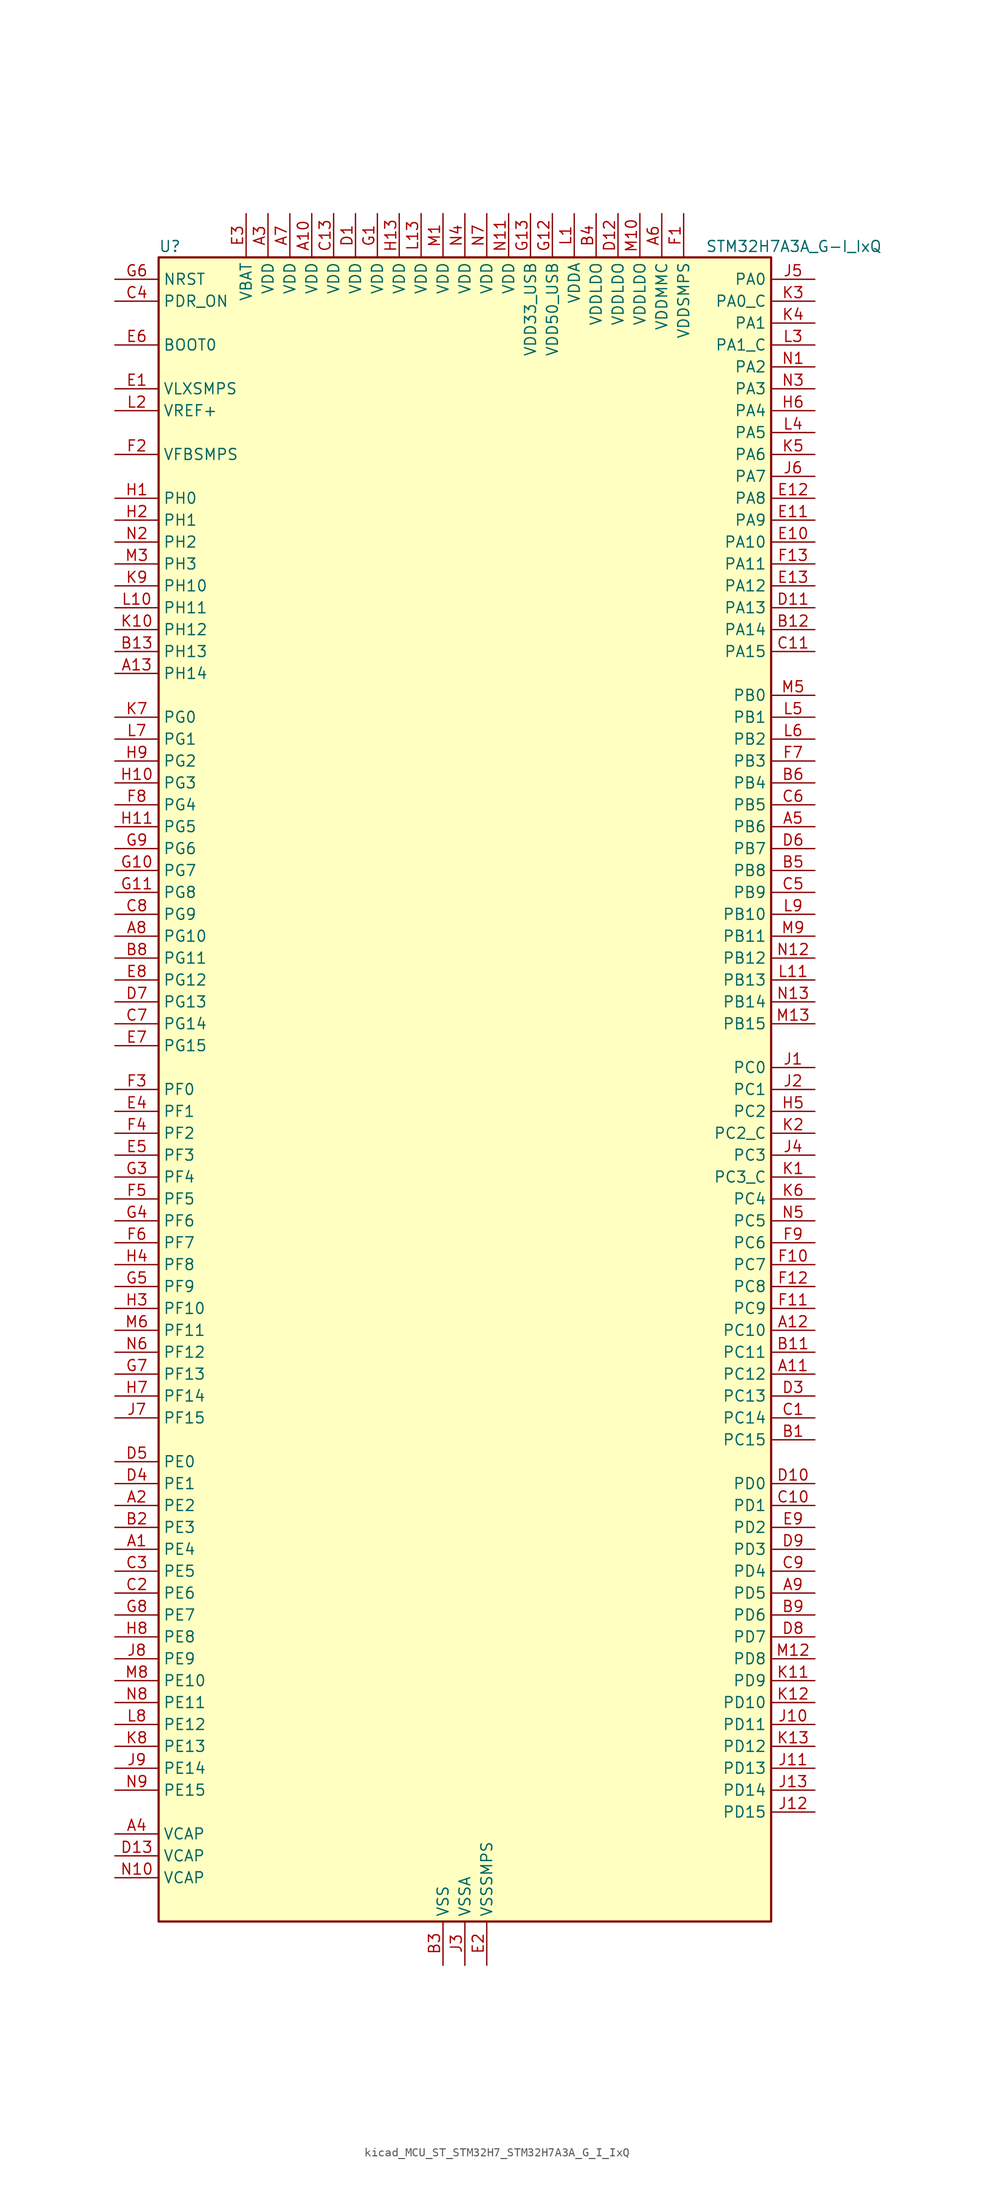
<source format=kicad_sym>
(kicad_symbol_lib
  (version 20220914)
  (generator kicad_symbol_editor)
  (symbol "kicad_MCU_ST_STM32H7_STM32H7A3A_G_I_IxQ"
    (property "Reference" "U"
      (at -35.56 97.79 0)
      (effects (font (size 1.27 1.27)) (justify left)))
    (property "Value" "STM32H7A3A_G-I_IxQ"
      (at 27.94 97.79 0)
      (effects (font (size 1.27 1.27)) (justify left)))
    (property "ki_locked" ""
      (at 0 0 0)
      (effects (font (size 1.27 1.27))))
    (symbol "kicad_MCU_ST_STM32H7_STM32H7A3A_G_I_IxQ_0_1"
      (rectangle (start -35.56 -96.52) (end 35.56 96.52) (stroke (width 0.254) (type default)) (fill (type background))))
    (symbol "kicad_MCU_ST_STM32H7_STM32H7A3A_G_I_IxQ_1_1"
      (pin bidirectional line (at -40.64 -53.34 0) (length 5.08) (name "PE4" (effects (font (size 1.27 1.27)))) (number "A1" (effects (font (size 1.27 1.27)))) (alternate "DCMI_D4" bidirectional line) (alternate "DEBUG_TRACED1" bidirectional line) (alternate "DFSDM1_DATIN3" bidirectional line) (alternate "FMC_A20" bidirectional line) (alternate "LTDC_B0" bidirectional line) (alternate "PSSI_D4" bidirectional line) (alternate "SAI1_D2" bidirectional line) (alternate "SAI1_FS_A" bidirectional line) (alternate "SPI4_NSS" bidirectional line) (alternate "TIM15_CH1N" bidirectional line))
      (pin power_in line (at -17.78 101.6 270) (length 5.08) (name "VDD" (effects (font (size 1.27 1.27)))) (number "A10" (effects (font (size 1.27 1.27)))))
      (pin bidirectional line (at 40.64 -33.02 180) (length 5.08) (name "PC12" (effects (font (size 1.27 1.27)))) (number "A11" (effects (font (size 1.27 1.27)))) (alternate "DCMI_D9" bidirectional line) (alternate "DEBUG_TRACED3" bidirectional line) (alternate "DFSDM2_CKOUT" bidirectional line) (alternate "I2S3_SDO" bidirectional line) (alternate "I2S6_CK" bidirectional line) (alternate "LTDC_R6" bidirectional line) (alternate "PSSI_D9" bidirectional line) (alternate "SDMMC1_CK" bidirectional line) (alternate "SPI3_MOSI" bidirectional line) (alternate "SPI6_SCK" bidirectional line) (alternate "TIM15_CH1" bidirectional line) (alternate "UART5_TX" bidirectional line) (alternate "USART3_CK" bidirectional line))
      (pin bidirectional line (at 40.64 -27.94 180) (length 5.08) (name "PC10" (effects (font (size 1.27 1.27)))) (number "A12" (effects (font (size 1.27 1.27)))) (alternate "DCMI_D8" bidirectional line) (alternate "DFSDM1_CKIN5" bidirectional line) (alternate "DFSDM2_CKIN0" bidirectional line) (alternate "I2S3_CK" bidirectional line) (alternate "LTDC_B1" bidirectional line) (alternate "LTDC_R2" bidirectional line) (alternate "OCTOSPIM_P1_IO1" bidirectional line) (alternate "PSSI_D8" bidirectional line) (alternate "SDMMC1_D2" bidirectional line) (alternate "SPI3_SCK" bidirectional line) (alternate "SWPMI1_RX" bidirectional line) (alternate "UART4_TX" bidirectional line) (alternate "USART3_TX" bidirectional line))
      (pin bidirectional line (at -40.64 48.26 0) (length 5.08) (name "PH14" (effects (font (size 1.27 1.27)))) (number "A13" (effects (font (size 1.27 1.27)))) (alternate "DCMI_D4" bidirectional line) (alternate "FDCAN1_RX" bidirectional line) (alternate "FMC_D22" bidirectional line) (alternate "LTDC_G3" bidirectional line) (alternate "PSSI_D4" bidirectional line) (alternate "TIM8_CH2N" bidirectional line) (alternate "UART4_RX" bidirectional line))
      (pin bidirectional line (at -40.64 -48.26 0) (length 5.08) (name "PE2" (effects (font (size 1.27 1.27)))) (number "A2" (effects (font (size 1.27 1.27)))) (alternate "DEBUG_TRACECLK" bidirectional line) (alternate "FMC_A23" bidirectional line) (alternate "OCTOSPIM_P1_IO2" bidirectional line) (alternate "SAI1_CK1" bidirectional line) (alternate "SAI1_MCLK_A" bidirectional line) (alternate "SPI4_SCK" bidirectional line) (alternate "USART10_RX" bidirectional line))
      (pin power_in line (at -22.86 101.6 270) (length 5.08) (name "VDD" (effects (font (size 1.27 1.27)))) (number "A3" (effects (font (size 1.27 1.27)))))
      (pin power_out line (at -40.64 -86.36 0) (length 5.08) (name "VCAP" (effects (font (size 1.27 1.27)))) (number "A4" (effects (font (size 1.27 1.27)))))
      (pin bidirectional line (at 40.64 30.48 180) (length 5.08) (name "PB6" (effects (font (size 1.27 1.27)))) (number "A5" (effects (font (size 1.27 1.27)))) (alternate "CEC" bidirectional line) (alternate "DCMI_D5" bidirectional line) (alternate "DFSDM1_DATIN5" bidirectional line) (alternate "FDCAN2_TX" bidirectional line) (alternate "FMC_SDNE1" bidirectional line) (alternate "I2C1_SCL" bidirectional line) (alternate "I2C4_SCL" bidirectional line) (alternate "LPUART1_TX" bidirectional line) (alternate "OCTOSPIM_P1_NCS" bidirectional line) (alternate "PSSI_D5" bidirectional line) (alternate "TIM16_CH1N" bidirectional line) (alternate "TIM4_CH1" bidirectional line) (alternate "UART5_TX" bidirectional line) (alternate "USART1_TX" bidirectional line))
      (pin power_in line (at 22.86 101.6 270) (length 5.08) (name "VDDMMC" (effects (font (size 1.27 1.27)))) (number "A6" (effects (font (size 1.27 1.27)))))
      (pin power_in line (at -20.32 101.6 270) (length 5.08) (name "VDD" (effects (font (size 1.27 1.27)))) (number "A7" (effects (font (size 1.27 1.27)))))
      (pin bidirectional line (at -40.64 17.78 0) (length 5.08) (name "PG10" (effects (font (size 1.27 1.27)))) (number "A8" (effects (font (size 1.27 1.27)))) (alternate "DCMI_D2" bidirectional line) (alternate "FMC_NE3" bidirectional line) (alternate "I2S1_WS" bidirectional line) (alternate "LTDC_B2" bidirectional line) (alternate "LTDC_G3" bidirectional line) (alternate "OCTOSPIM_P2_IO6" bidirectional line) (alternate "PSSI_D2" bidirectional line) (alternate "SAI2_SD_B" bidirectional line) (alternate "SDMMC2_D1" bidirectional line) (alternate "SPI1_NSS" bidirectional line))
      (pin bidirectional line (at 40.64 -58.42 180) (length 5.08) (name "PD5" (effects (font (size 1.27 1.27)))) (number "A9" (effects (font (size 1.27 1.27)))) (alternate "FMC_NWE" bidirectional line) (alternate "OCTOSPIM_P1_IO5" bidirectional line) (alternate "USART2_TX" bidirectional line))
      (pin bidirectional line (at 40.64 -40.64 180) (length 5.08) (name "PC15" (effects (font (size 1.27 1.27)))) (number "B1" (effects (font (size 1.27 1.27)))) (alternate "ADC1_EXTI15" bidirectional line) (alternate "ADC2_EXTI15" bidirectional line) (alternate "RCC_OSC32_OUT" bidirectional line))
      (pin passive line (at -2.54 -101.6 90) (length 5.08) hide (name "VSS" (effects (font (size 1.27 1.27)))) (number "B10" (effects (font (size 1.27 1.27)))))
      (pin bidirectional line (at 40.64 -30.48 180) (length 5.08) (name "PC11" (effects (font (size 1.27 1.27)))) (number "B11" (effects (font (size 1.27 1.27)))) (alternate "ADC1_EXTI11" bidirectional line) (alternate "ADC2_EXTI11" bidirectional line) (alternate "DCMI_D4" bidirectional line) (alternate "DFSDM1_DATIN5" bidirectional line) (alternate "DFSDM2_DATIN0" bidirectional line) (alternate "I2S3_SDI" bidirectional line) (alternate "LTDC_B4" bidirectional line) (alternate "OCTOSPIM_P1_NCS" bidirectional line) (alternate "PSSI_D4" bidirectional line) (alternate "SDMMC1_D3" bidirectional line) (alternate "SPI3_MISO" bidirectional line) (alternate "UART4_RX" bidirectional line) (alternate "USART3_RX" bidirectional line))
      (pin bidirectional line (at 40.64 53.34 180) (length 5.08) (name "PA14" (effects (font (size 1.27 1.27)))) (number "B12" (effects (font (size 1.27 1.27)))) (alternate "DEBUG_JTCK-SWCLK" bidirectional line))
      (pin bidirectional line (at -40.64 50.8 0) (length 5.08) (name "PH13" (effects (font (size 1.27 1.27)))) (number "B13" (effects (font (size 1.27 1.27)))) (alternate "FDCAN1_TX" bidirectional line) (alternate "FMC_D21" bidirectional line) (alternate "LTDC_G2" bidirectional line) (alternate "TIM8_CH1N" bidirectional line) (alternate "UART4_TX" bidirectional line))
      (pin bidirectional line (at -40.64 -50.8 0) (length 5.08) (name "PE3" (effects (font (size 1.27 1.27)))) (number "B2" (effects (font (size 1.27 1.27)))) (alternate "DEBUG_TRACED0" bidirectional line) (alternate "FMC_A19" bidirectional line) (alternate "SAI1_SD_B" bidirectional line) (alternate "TIM15_BKIN" bidirectional line) (alternate "USART10_TX" bidirectional line))
      (pin power_in line (at -2.54 -101.6 90) (length 5.08) (name "VSS" (effects (font (size 1.27 1.27)))) (number "B3" (effects (font (size 1.27 1.27)))))
      (pin power_in line (at 15.24 101.6 270) (length 5.08) (name "VDDLDO" (effects (font (size 1.27 1.27)))) (number "B4" (effects (font (size 1.27 1.27)))))
      (pin bidirectional line (at 40.64 25.4 180) (length 5.08) (name "PB8" (effects (font (size 1.27 1.27)))) (number "B5" (effects (font (size 1.27 1.27)))) (alternate "DCMI_D6" bidirectional line) (alternate "DFSDM1_CKIN7" bidirectional line) (alternate "FDCAN1_RX" bidirectional line) (alternate "I2C1_SCL" bidirectional line) (alternate "I2C4_SCL" bidirectional line) (alternate "LTDC_B6" bidirectional line) (alternate "PSSI_D6" bidirectional line) (alternate "SDMMC1_CKIN" bidirectional line) (alternate "SDMMC1_D4" bidirectional line) (alternate "SDMMC2_D4" bidirectional line) (alternate "TIM16_CH1" bidirectional line) (alternate "TIM4_CH3" bidirectional line) (alternate "UART4_RX" bidirectional line))
      (pin bidirectional line (at 40.64 35.56 180) (length 5.08) (name "PB4" (effects (font (size 1.27 1.27)))) (number "B6" (effects (font (size 1.27 1.27)))) (alternate "DEBUG_JTRST" bidirectional line) (alternate "I2S1_SDI" bidirectional line) (alternate "I2S2_WS" bidirectional line) (alternate "I2S3_SDI" bidirectional line) (alternate "I2S6_SDI" bidirectional line) (alternate "SDMMC2_D3" bidirectional line) (alternate "SPI1_MISO" bidirectional line) (alternate "SPI2_NSS" bidirectional line) (alternate "SPI3_MISO" bidirectional line) (alternate "SPI6_MISO" bidirectional line) (alternate "TIM16_BKIN" bidirectional line) (alternate "TIM3_CH1" bidirectional line) (alternate "UART7_TX" bidirectional line))
      (pin passive line (at -2.54 -101.6 90) (length 5.08) hide (name "VSS" (effects (font (size 1.27 1.27)))) (number "B7" (effects (font (size 1.27 1.27)))))
      (pin bidirectional line (at -40.64 15.24 0) (length 5.08) (name "PG11" (effects (font (size 1.27 1.27)))) (number "B8" (effects (font (size 1.27 1.27)))) (alternate "ADC1_EXTI11" bidirectional line) (alternate "ADC2_EXTI11" bidirectional line) (alternate "DCMI_D3" bidirectional line) (alternate "I2S1_CK" bidirectional line) (alternate "LPTIM1_IN2" bidirectional line) (alternate "LTDC_B3" bidirectional line) (alternate "OCTOSPIM_P2_IO7" bidirectional line) (alternate "PSSI_D3" bidirectional line) (alternate "SDMMC2_D2" bidirectional line) (alternate "SPDIFRX_IN0" bidirectional line) (alternate "SPI1_SCK" bidirectional line) (alternate "USART10_RX" bidirectional line))
      (pin bidirectional line (at 40.64 -60.96 180) (length 5.08) (name "PD6" (effects (font (size 1.27 1.27)))) (number "B9" (effects (font (size 1.27 1.27)))) (alternate "DCMI_D10" bidirectional line) (alternate "DFSDM1_CKIN4" bidirectional line) (alternate "DFSDM1_DATIN1" bidirectional line) (alternate "FMC_NWAIT" bidirectional line) (alternate "I2S3_SDO" bidirectional line) (alternate "LTDC_B2" bidirectional line) (alternate "OCTOSPIM_P1_IO6" bidirectional line) (alternate "PSSI_D10" bidirectional line) (alternate "SAI1_D1" bidirectional line) (alternate "SAI1_SD_A" bidirectional line) (alternate "SDMMC2_CK" bidirectional line) (alternate "SPI3_MOSI" bidirectional line) (alternate "USART2_RX" bidirectional line))
      (pin bidirectional line (at 40.64 -38.1 180) (length 5.08) (name "PC14" (effects (font (size 1.27 1.27)))) (number "C1" (effects (font (size 1.27 1.27)))) (alternate "RCC_OSC32_IN" bidirectional line))
      (pin bidirectional line (at 40.64 -48.26 180) (length 5.08) (name "PD1" (effects (font (size 1.27 1.27)))) (number "C10" (effects (font (size 1.27 1.27)))) (alternate "DFSDM1_DATIN6" bidirectional line) (alternate "FDCAN1_TX" bidirectional line) (alternate "FMC_D3" bidirectional line) (alternate "FMC_DA3" bidirectional line) (alternate "UART4_TX" bidirectional line))
      (pin bidirectional line (at 40.64 50.8 180) (length 5.08) (name "PA15" (effects (font (size 1.27 1.27)))) (number "C11" (effects (font (size 1.27 1.27)))) (alternate "ADC1_EXTI15" bidirectional line) (alternate "ADC2_EXTI15" bidirectional line) (alternate "CEC" bidirectional line) (alternate "DEBUG_JTDI" bidirectional line) (alternate "I2S1_WS" bidirectional line) (alternate "I2S3_WS" bidirectional line) (alternate "I2S6_WS" bidirectional line) (alternate "LTDC_B6" bidirectional line) (alternate "LTDC_R3" bidirectional line) (alternate "SPI1_NSS" bidirectional line) (alternate "SPI3_NSS" bidirectional line) (alternate "SPI6_NSS" bidirectional line) (alternate "TIM2_CH1" bidirectional line) (alternate "TIM2_ETR" bidirectional line) (alternate "UART4_DE" bidirectional line) (alternate "UART4_RTS" bidirectional line) (alternate "UART7_TX" bidirectional line))
      (pin passive line (at -2.54 -101.6 90) (length 5.08) hide (name "VSS" (effects (font (size 1.27 1.27)))) (number "C12" (effects (font (size 1.27 1.27)))))
      (pin power_in line (at -15.24 101.6 270) (length 5.08) (name "VDD" (effects (font (size 1.27 1.27)))) (number "C13" (effects (font (size 1.27 1.27)))))
      (pin bidirectional line (at -40.64 -58.42 0) (length 5.08) (name "PE6" (effects (font (size 1.27 1.27)))) (number "C2" (effects (font (size 1.27 1.27)))) (alternate "DCMI_D7" bidirectional line) (alternate "DEBUG_TRACED3" bidirectional line) (alternate "FMC_A22" bidirectional line) (alternate "LTDC_G1" bidirectional line) (alternate "PSSI_D7" bidirectional line) (alternate "SAI1_D1" bidirectional line) (alternate "SAI1_SD_A" bidirectional line) (alternate "SAI2_MCLK_B" bidirectional line) (alternate "SPI4_MOSI" bidirectional line) (alternate "TIM15_CH2" bidirectional line) (alternate "TIM1_BKIN2" bidirectional line) (alternate "TIM1_BKIN2_COMP1" bidirectional line) (alternate "TIM1_BKIN2_COMP2" bidirectional line))
      (pin bidirectional line (at -40.64 -55.88 0) (length 5.08) (name "PE5" (effects (font (size 1.27 1.27)))) (number "C3" (effects (font (size 1.27 1.27)))) (alternate "DCMI_D6" bidirectional line) (alternate "DEBUG_TRACED2" bidirectional line) (alternate "DFSDM1_CKIN3" bidirectional line) (alternate "FMC_A21" bidirectional line) (alternate "LTDC_G0" bidirectional line) (alternate "PSSI_D6" bidirectional line) (alternate "SAI1_CK2" bidirectional line) (alternate "SAI1_SCK_A" bidirectional line) (alternate "SPI4_MISO" bidirectional line) (alternate "TIM15_CH1" bidirectional line))
      (pin input line (at -40.64 91.44 0) (length 5.08) (name "PDR_ON" (effects (font (size 1.27 1.27)))) (number "C4" (effects (font (size 1.27 1.27)))))
      (pin bidirectional line (at 40.64 22.86 180) (length 5.08) (name "PB9" (effects (font (size 1.27 1.27)))) (number "C5" (effects (font (size 1.27 1.27)))) (alternate "DAC1_EXTI9" bidirectional line) (alternate "DCMI_D7" bidirectional line) (alternate "DFSDM1_DATIN7" bidirectional line) (alternate "FDCAN1_TX" bidirectional line) (alternate "I2C1_SDA" bidirectional line) (alternate "I2C4_SDA" bidirectional line) (alternate "I2C4_SMBA" bidirectional line) (alternate "I2S2_WS" bidirectional line) (alternate "LTDC_B7" bidirectional line) (alternate "PSSI_D7" bidirectional line) (alternate "SDMMC1_CDIR" bidirectional line) (alternate "SDMMC1_D5" bidirectional line) (alternate "SDMMC2_D5" bidirectional line) (alternate "SPI2_NSS" bidirectional line) (alternate "TIM17_CH1" bidirectional line) (alternate "TIM4_CH4" bidirectional line) (alternate "UART4_TX" bidirectional line))
      (pin bidirectional line (at 40.64 33.02 180) (length 5.08) (name "PB5" (effects (font (size 1.27 1.27)))) (number "C6" (effects (font (size 1.27 1.27)))) (alternate "DCMI_D10" bidirectional line) (alternate "FDCAN2_RX" bidirectional line) (alternate "FMC_SDCKE1" bidirectional line) (alternate "I2C1_SMBA" bidirectional line) (alternate "I2C4_SMBA" bidirectional line) (alternate "I2S1_SDO" bidirectional line) (alternate "I2S3_SDO" bidirectional line) (alternate "I2S6_SDO" bidirectional line) (alternate "LTDC_B5" bidirectional line) (alternate "PSSI_D10" bidirectional line) (alternate "SPI1_MOSI" bidirectional line) (alternate "SPI3_MOSI" bidirectional line) (alternate "SPI6_MOSI" bidirectional line) (alternate "TIM17_BKIN" bidirectional line) (alternate "TIM3_CH2" bidirectional line) (alternate "UART5_RX" bidirectional line) (alternate "USB_OTG_HS_ULPI_D7" bidirectional line))
      (pin bidirectional line (at -40.64 7.62 0) (length 5.08) (name "PG14" (effects (font (size 1.27 1.27)))) (number "C7" (effects (font (size 1.27 1.27)))) (alternate "DEBUG_TRACED1" bidirectional line) (alternate "FMC_A25" bidirectional line) (alternate "I2S6_SDO" bidirectional line) (alternate "LPTIM1_ETR" bidirectional line) (alternate "LTDC_B0" bidirectional line) (alternate "OCTOSPIM_P1_IO7" bidirectional line) (alternate "SDMMC2_D7" bidirectional line) (alternate "SPI6_MOSI" bidirectional line) (alternate "USART10_DE" bidirectional line) (alternate "USART10_RTS" bidirectional line) (alternate "USART6_TX" bidirectional line))
      (pin bidirectional line (at -40.64 20.32 0) (length 5.08) (name "PG9" (effects (font (size 1.27 1.27)))) (number "C8" (effects (font (size 1.27 1.27)))) (alternate "DAC1_EXTI9" bidirectional line) (alternate "DCMI_VSYNC" bidirectional line) (alternate "FMC_NCE" bidirectional line) (alternate "FMC_NE2" bidirectional line) (alternate "I2S1_SDI" bidirectional line) (alternate "OCTOSPIM_P1_IO6" bidirectional line) (alternate "PSSI_RDY" bidirectional line) (alternate "SAI2_FS_B" bidirectional line) (alternate "SDMMC2_D0" bidirectional line) (alternate "SPDIFRX_IN3" bidirectional line) (alternate "SPI1_MISO" bidirectional line) (alternate "USART6_RX" bidirectional line))
      (pin bidirectional line (at 40.64 -55.88 180) (length 5.08) (name "PD4" (effects (font (size 1.27 1.27)))) (number "C9" (effects (font (size 1.27 1.27)))) (alternate "FMC_NOE" bidirectional line) (alternate "OCTOSPIM_P1_IO4" bidirectional line) (alternate "USART2_DE" bidirectional line) (alternate "USART2_RTS" bidirectional line))
      (pin power_in line (at -12.7 101.6 270) (length 5.08) (name "VDD" (effects (font (size 1.27 1.27)))) (number "D1" (effects (font (size 1.27 1.27)))))
      (pin bidirectional line (at 40.64 -45.72 180) (length 5.08) (name "PD0" (effects (font (size 1.27 1.27)))) (number "D10" (effects (font (size 1.27 1.27)))) (alternate "DFSDM1_CKIN6" bidirectional line) (alternate "FDCAN1_RX" bidirectional line) (alternate "FMC_D2" bidirectional line) (alternate "FMC_DA2" bidirectional line) (alternate "LTDC_B1" bidirectional line) (alternate "UART4_RX" bidirectional line) (alternate "UART9_CTS" bidirectional line))
      (pin bidirectional line (at 40.64 55.88 180) (length 5.08) (name "PA13" (effects (font (size 1.27 1.27)))) (number "D11" (effects (font (size 1.27 1.27)))) (alternate "DEBUG_JTMS-SWDIO" bidirectional line))
      (pin power_in line (at 17.78 101.6 270) (length 5.08) (name "VDDLDO" (effects (font (size 1.27 1.27)))) (number "D12" (effects (font (size 1.27 1.27)))))
      (pin power_out line (at -40.64 -88.9 0) (length 5.08) (name "VCAP" (effects (font (size 1.27 1.27)))) (number "D13" (effects (font (size 1.27 1.27)))))
      (pin passive line (at -2.54 -101.6 90) (length 5.08) hide (name "VSS" (effects (font (size 1.27 1.27)))) (number "D2" (effects (font (size 1.27 1.27)))))
      (pin bidirectional line (at 40.64 -35.56 180) (length 5.08) (name "PC13" (effects (font (size 1.27 1.27)))) (number "D3" (effects (font (size 1.27 1.27)))) (alternate "PWR_WKUP4" bidirectional line) (alternate "RTC_OUT_ALARM" bidirectional line) (alternate "RTC_OUT_CALIB" bidirectional line) (alternate "RTC_TAMP1" bidirectional line) (alternate "RTC_TS" bidirectional line))
      (pin bidirectional line (at -40.64 -45.72 0) (length 5.08) (name "PE1" (effects (font (size 1.27 1.27)))) (number "D4" (effects (font (size 1.27 1.27)))) (alternate "DCMI_D3" bidirectional line) (alternate "FMC_NBL1" bidirectional line) (alternate "LPTIM1_IN2" bidirectional line) (alternate "LTDC_R6" bidirectional line) (alternate "PSSI_D3" bidirectional line) (alternate "UART8_TX" bidirectional line))
      (pin bidirectional line (at -40.64 -43.18 0) (length 5.08) (name "PE0" (effects (font (size 1.27 1.27)))) (number "D5" (effects (font (size 1.27 1.27)))) (alternate "DCMI_D2" bidirectional line) (alternate "FMC_NBL0" bidirectional line) (alternate "LPTIM1_ETR" bidirectional line) (alternate "LPTIM2_ETR" bidirectional line) (alternate "LTDC_R0" bidirectional line) (alternate "PSSI_D2" bidirectional line) (alternate "SAI2_MCLK_A" bidirectional line) (alternate "TIM4_ETR" bidirectional line) (alternate "UART8_RX" bidirectional line))
      (pin bidirectional line (at 40.64 27.94 180) (length 5.08) (name "PB7" (effects (font (size 1.27 1.27)))) (number "D6" (effects (font (size 1.27 1.27)))) (alternate "DCMI_VSYNC" bidirectional line) (alternate "DFSDM1_CKIN5" bidirectional line) (alternate "FMC_NL" bidirectional line) (alternate "I2C1_SDA" bidirectional line) (alternate "I2C4_SDA" bidirectional line) (alternate "LPUART1_RX" bidirectional line) (alternate "PSSI_RDY" bidirectional line) (alternate "PWR_PVD_IN" bidirectional line) (alternate "TIM17_CH1N" bidirectional line) (alternate "TIM4_CH2" bidirectional line) (alternate "USART1_RX" bidirectional line))
      (pin bidirectional line (at -40.64 10.16 0) (length 5.08) (name "PG13" (effects (font (size 1.27 1.27)))) (number "D7" (effects (font (size 1.27 1.27)))) (alternate "DEBUG_TRACED0" bidirectional line) (alternate "FMC_A24" bidirectional line) (alternate "I2S6_CK" bidirectional line) (alternate "LPTIM1_OUT" bidirectional line) (alternate "LTDC_R0" bidirectional line) (alternate "SDMMC2_D6" bidirectional line) (alternate "SPI6_SCK" bidirectional line) (alternate "USART10_CTS" bidirectional line) (alternate "USART10_NSS" bidirectional line) (alternate "USART6_CTS" bidirectional line) (alternate "USART6_NSS" bidirectional line))
      (pin bidirectional line (at 40.64 -63.5 180) (length 5.08) (name "PD7" (effects (font (size 1.27 1.27)))) (number "D8" (effects (font (size 1.27 1.27)))) (alternate "DFSDM1_CKIN1" bidirectional line) (alternate "DFSDM1_DATIN4" bidirectional line) (alternate "FMC_NE1" bidirectional line) (alternate "I2S1_SDO" bidirectional line) (alternate "OCTOSPIM_P1_IO7" bidirectional line) (alternate "SDMMC2_CMD" bidirectional line) (alternate "SPDIFRX_IN0" bidirectional line) (alternate "SPI1_MOSI" bidirectional line) (alternate "USART2_CK" bidirectional line))
      (pin bidirectional line (at 40.64 -53.34 180) (length 5.08) (name "PD3" (effects (font (size 1.27 1.27)))) (number "D9" (effects (font (size 1.27 1.27)))) (alternate "DCMI_D5" bidirectional line) (alternate "DFSDM1_CKOUT" bidirectional line) (alternate "FMC_CLK" bidirectional line) (alternate "I2S2_CK" bidirectional line) (alternate "LTDC_G7" bidirectional line) (alternate "PSSI_D5" bidirectional line) (alternate "SPI2_SCK" bidirectional line) (alternate "USART2_CTS" bidirectional line) (alternate "USART2_NSS" bidirectional line))
      (pin power_in line (at -40.64 81.28 0) (length 5.08) (name "VLXSMPS" (effects (font (size 1.27 1.27)))) (number "E1" (effects (font (size 1.27 1.27)))))
      (pin bidirectional line (at 40.64 63.5 180) (length 5.08) (name "PA10" (effects (font (size 1.27 1.27)))) (number "E10" (effects (font (size 1.27 1.27)))) (alternate "DCMI_D1" bidirectional line) (alternate "LPUART1_RX" bidirectional line) (alternate "LTDC_B1" bidirectional line) (alternate "LTDC_B4" bidirectional line) (alternate "MDIOS_MDIO" bidirectional line) (alternate "PSSI_D1" bidirectional line) (alternate "TIM1_CH3" bidirectional line) (alternate "USART1_RX" bidirectional line) (alternate "USB_OTG_HS_ID" bidirectional line))
      (pin bidirectional line (at 40.64 66.04 180) (length 5.08) (name "PA9" (effects (font (size 1.27 1.27)))) (number "E11" (effects (font (size 1.27 1.27)))) (alternate "DAC1_EXTI9" bidirectional line) (alternate "DCMI_D0" bidirectional line) (alternate "I2C3_SMBA" bidirectional line) (alternate "I2S2_CK" bidirectional line) (alternate "LPUART1_TX" bidirectional line) (alternate "LTDC_R5" bidirectional line) (alternate "PSSI_D0" bidirectional line) (alternate "SPI2_SCK" bidirectional line) (alternate "TIM1_CH2" bidirectional line) (alternate "USART1_TX" bidirectional line) (alternate "USB_OTG_HS_VBUS" bidirectional line))
      (pin bidirectional line (at 40.64 68.58 180) (length 5.08) (name "PA8" (effects (font (size 1.27 1.27)))) (number "E12" (effects (font (size 1.27 1.27)))) (alternate "I2C3_SCL" bidirectional line) (alternate "LTDC_B3" bidirectional line) (alternate "LTDC_R6" bidirectional line) (alternate "RCC_MCO_1" bidirectional line) (alternate "TIM1_CH1" bidirectional line) (alternate "TIM8_BKIN2" bidirectional line) (alternate "TIM8_BKIN2_COMP1" bidirectional line) (alternate "TIM8_BKIN2_COMP2" bidirectional line) (alternate "UART7_RX" bidirectional line) (alternate "USART1_CK" bidirectional line) (alternate "USB_OTG_HS_SOF" bidirectional line))
      (pin bidirectional line (at 40.64 58.42 180) (length 5.08) (name "PA12" (effects (font (size 1.27 1.27)))) (number "E13" (effects (font (size 1.27 1.27)))) (alternate "FDCAN1_TX" bidirectional line) (alternate "I2S2_CK" bidirectional line) (alternate "LPUART1_DE" bidirectional line) (alternate "LPUART1_RTS" bidirectional line) (alternate "LTDC_R5" bidirectional line) (alternate "SAI2_FS_B" bidirectional line) (alternate "SPI2_SCK" bidirectional line) (alternate "TIM1_ETR" bidirectional line) (alternate "UART4_TX" bidirectional line) (alternate "USART1_DE" bidirectional line) (alternate "USART1_RTS" bidirectional line) (alternate "USB_OTG_HS_DP" bidirectional line))
      (pin power_in line (at 2.54 -101.6 90) (length 5.08) (name "VSSSMPS" (effects (font (size 1.27 1.27)))) (number "E2" (effects (font (size 1.27 1.27)))))
      (pin power_in line (at -25.4 101.6 270) (length 5.08) (name "VBAT" (effects (font (size 1.27 1.27)))) (number "E3" (effects (font (size 1.27 1.27)))))
      (pin bidirectional line (at -40.64 -2.54 0) (length 5.08) (name "PF1" (effects (font (size 1.27 1.27)))) (number "E4" (effects (font (size 1.27 1.27)))) (alternate "FMC_A1" bidirectional line) (alternate "I2C2_SCL" bidirectional line) (alternate "OCTOSPIM_P2_IO1" bidirectional line))
      (pin bidirectional line (at -40.64 -7.62 0) (length 5.08) (name "PF3" (effects (font (size 1.27 1.27)))) (number "E5" (effects (font (size 1.27 1.27)))) (alternate "FMC_A3" bidirectional line) (alternate "OCTOSPIM_P2_IO3" bidirectional line))
      (pin input line (at -40.64 86.36 0) (length 5.08) (name "BOOT0" (effects (font (size 1.27 1.27)))) (number "E6" (effects (font (size 1.27 1.27)))))
      (pin bidirectional line (at -40.64 5.08 0) (length 5.08) (name "PG15" (effects (font (size 1.27 1.27)))) (number "E7" (effects (font (size 1.27 1.27)))) (alternate "ADC1_EXTI15" bidirectional line) (alternate "ADC2_EXTI15" bidirectional line) (alternate "DCMI_D13" bidirectional line) (alternate "FMC_SDNCAS" bidirectional line) (alternate "OCTOSPIM_P2_DQS" bidirectional line) (alternate "PSSI_D13" bidirectional line) (alternate "USART10_CK" bidirectional line) (alternate "USART6_CTS" bidirectional line) (alternate "USART6_NSS" bidirectional line))
      (pin bidirectional line (at -40.64 12.7 0) (length 5.08) (name "PG12" (effects (font (size 1.27 1.27)))) (number "E8" (effects (font (size 1.27 1.27)))) (alternate "FMC_NE4" bidirectional line) (alternate "I2S6_SDI" bidirectional line) (alternate "LPTIM1_IN1" bidirectional line) (alternate "LTDC_B1" bidirectional line) (alternate "LTDC_B4" bidirectional line) (alternate "OCTOSPIM_P2_NCS" bidirectional line) (alternate "SDMMC2_D3" bidirectional line) (alternate "SPDIFRX_IN1" bidirectional line) (alternate "SPI6_MISO" bidirectional line) (alternate "USART10_TX" bidirectional line) (alternate "USART6_DE" bidirectional line) (alternate "USART6_RTS" bidirectional line))
      (pin bidirectional line (at 40.64 -50.8 180) (length 5.08) (name "PD2" (effects (font (size 1.27 1.27)))) (number "E9" (effects (font (size 1.27 1.27)))) (alternate "DCMI_D11" bidirectional line) (alternate "DEBUG_TRACED2" bidirectional line) (alternate "LTDC_B2" bidirectional line) (alternate "LTDC_B7" bidirectional line) (alternate "PSSI_D11" bidirectional line) (alternate "SDMMC1_CMD" bidirectional line) (alternate "TIM15_BKIN" bidirectional line) (alternate "TIM3_ETR" bidirectional line) (alternate "UART5_RX" bidirectional line))
      (pin power_in line (at 25.4 101.6 270) (length 5.08) (name "VDDSMPS" (effects (font (size 1.27 1.27)))) (number "F1" (effects (font (size 1.27 1.27)))))
      (pin bidirectional line (at 40.64 -20.32 180) (length 5.08) (name "PC7" (effects (font (size 1.27 1.27)))) (number "F10" (effects (font (size 1.27 1.27)))) (alternate "DCMI_D1" bidirectional line) (alternate "DEBUG_TRGIO" bidirectional line) (alternate "DFSDM1_DATIN3" bidirectional line) (alternate "FMC_NE1" bidirectional line) (alternate "I2S3_MCK" bidirectional line) (alternate "LTDC_G6" bidirectional line) (alternate "PSSI_D1" bidirectional line) (alternate "SDMMC1_D123DIR" bidirectional line) (alternate "SDMMC1_D7" bidirectional line) (alternate "SDMMC2_D7" bidirectional line) (alternate "SWPMI1_TX" bidirectional line) (alternate "TIM3_CH2" bidirectional line) (alternate "TIM8_CH2" bidirectional line) (alternate "USART6_RX" bidirectional line))
      (pin bidirectional line (at 40.64 -25.4 180) (length 5.08) (name "PC9" (effects (font (size 1.27 1.27)))) (number "F11" (effects (font (size 1.27 1.27)))) (alternate "DAC1_EXTI9" bidirectional line) (alternate "DCMI_D3" bidirectional line) (alternate "I2C3_SDA" bidirectional line) (alternate "I2S_CKIN" bidirectional line) (alternate "LTDC_B2" bidirectional line) (alternate "LTDC_G3" bidirectional line) (alternate "OCTOSPIM_P1_IO0" bidirectional line) (alternate "PSSI_D3" bidirectional line) (alternate "RCC_MCO_2" bidirectional line) (alternate "SDMMC1_D1" bidirectional line) (alternate "SWPMI1_SUSPEND" bidirectional line) (alternate "TIM3_CH4" bidirectional line) (alternate "TIM8_CH4" bidirectional line) (alternate "UART5_CTS" bidirectional line))
      (pin bidirectional line (at 40.64 -22.86 180) (length 5.08) (name "PC8" (effects (font (size 1.27 1.27)))) (number "F12" (effects (font (size 1.27 1.27)))) (alternate "DCMI_D2" bidirectional line) (alternate "DEBUG_TRACED1" bidirectional line) (alternate "FMC_INT" bidirectional line) (alternate "FMC_NCE" bidirectional line) (alternate "FMC_NE2" bidirectional line) (alternate "PSSI_D2" bidirectional line) (alternate "SDMMC1_D0" bidirectional line) (alternate "SWPMI1_RX" bidirectional line) (alternate "TIM3_CH3" bidirectional line) (alternate "TIM8_CH3" bidirectional line) (alternate "UART5_DE" bidirectional line) (alternate "UART5_RTS" bidirectional line) (alternate "USART6_CK" bidirectional line))
      (pin bidirectional line (at 40.64 60.96 180) (length 5.08) (name "PA11" (effects (font (size 1.27 1.27)))) (number "F13" (effects (font (size 1.27 1.27)))) (alternate "ADC1_EXTI11" bidirectional line) (alternate "ADC2_EXTI11" bidirectional line) (alternate "FDCAN1_RX" bidirectional line) (alternate "I2S2_WS" bidirectional line) (alternate "LPUART1_CTS" bidirectional line) (alternate "LTDC_R4" bidirectional line) (alternate "SPI2_NSS" bidirectional line) (alternate "TIM1_CH4" bidirectional line) (alternate "UART4_RX" bidirectional line) (alternate "USART1_CTS" bidirectional line) (alternate "USART1_NSS" bidirectional line) (alternate "USB_OTG_HS_DM" bidirectional line))
      (pin input line (at -40.64 73.66 0) (length 5.08) (name "VFBSMPS" (effects (font (size 1.27 1.27)))) (number "F2" (effects (font (size 1.27 1.27)))))
      (pin bidirectional line (at -40.64 0 0) (length 5.08) (name "PF0" (effects (font (size 1.27 1.27)))) (number "F3" (effects (font (size 1.27 1.27)))) (alternate "FMC_A0" bidirectional line) (alternate "I2C2_SDA" bidirectional line) (alternate "OCTOSPIM_P2_IO0" bidirectional line))
      (pin bidirectional line (at -40.64 -5.08 0) (length 5.08) (name "PF2" (effects (font (size 1.27 1.27)))) (number "F4" (effects (font (size 1.27 1.27)))) (alternate "FMC_A2" bidirectional line) (alternate "I2C2_SMBA" bidirectional line) (alternate "OCTOSPIM_P2_IO2" bidirectional line))
      (pin bidirectional line (at -40.64 -12.7 0) (length 5.08) (name "PF5" (effects (font (size 1.27 1.27)))) (number "F5" (effects (font (size 1.27 1.27)))) (alternate "FMC_A5" bidirectional line) (alternate "OCTOSPIM_P2_NCLK" bidirectional line))
      (pin bidirectional line (at -40.64 -17.78 0) (length 5.08) (name "PF7" (effects (font (size 1.27 1.27)))) (number "F6" (effects (font (size 1.27 1.27)))) (alternate "OCTOSPIM_P1_IO2" bidirectional line) (alternate "SAI1_MCLK_B" bidirectional line) (alternate "SPI5_SCK" bidirectional line) (alternate "TIM17_CH1" bidirectional line) (alternate "UART7_TX" bidirectional line))
      (pin bidirectional line (at 40.64 38.1 180) (length 5.08) (name "PB3" (effects (font (size 1.27 1.27)))) (number "F7" (effects (font (size 1.27 1.27)))) (alternate "CRS_SYNC" bidirectional line) (alternate "DEBUG_JTDO-SWO" bidirectional line) (alternate "I2S1_CK" bidirectional line) (alternate "I2S3_CK" bidirectional line) (alternate "I2S6_CK" bidirectional line) (alternate "SDMMC2_D2" bidirectional line) (alternate "SPI1_SCK" bidirectional line) (alternate "SPI3_SCK" bidirectional line) (alternate "SPI6_SCK" bidirectional line) (alternate "TIM2_CH2" bidirectional line) (alternate "UART7_RX" bidirectional line))
      (pin bidirectional line (at -40.64 33.02 0) (length 5.08) (name "PG4" (effects (font (size 1.27 1.27)))) (number "F8" (effects (font (size 1.27 1.27)))) (alternate "FMC_A14" bidirectional line) (alternate "FMC_BA0" bidirectional line) (alternate "TIM1_BKIN2" bidirectional line) (alternate "TIM1_BKIN2_COMP1" bidirectional line) (alternate "TIM1_BKIN2_COMP2" bidirectional line))
      (pin bidirectional line (at 40.64 -17.78 180) (length 5.08) (name "PC6" (effects (font (size 1.27 1.27)))) (number "F9" (effects (font (size 1.27 1.27)))) (alternate "DCMI_D0" bidirectional line) (alternate "DFSDM1_CKIN3" bidirectional line) (alternate "FMC_NWAIT" bidirectional line) (alternate "I2S2_MCK" bidirectional line) (alternate "LTDC_HSYNC" bidirectional line) (alternate "PSSI_D0" bidirectional line) (alternate "SDMMC1_D0DIR" bidirectional line) (alternate "SDMMC1_D6" bidirectional line) (alternate "SDMMC2_D6" bidirectional line) (alternate "SWPMI1_IO" bidirectional line) (alternate "TIM3_CH1" bidirectional line) (alternate "TIM8_CH1" bidirectional line) (alternate "USART6_TX" bidirectional line))
      (pin power_in line (at -10.16 101.6 270) (length 5.08) (name "VDD" (effects (font (size 1.27 1.27)))) (number "G1" (effects (font (size 1.27 1.27)))))
      (pin bidirectional line (at -40.64 25.4 0) (length 5.08) (name "PG7" (effects (font (size 1.27 1.27)))) (number "G10" (effects (font (size 1.27 1.27)))) (alternate "DCMI_D13" bidirectional line) (alternate "FMC_INT" bidirectional line) (alternate "LTDC_CLK" bidirectional line) (alternate "OCTOSPIM_P2_DQS" bidirectional line) (alternate "PSSI_D13" bidirectional line) (alternate "SAI1_MCLK_A" bidirectional line) (alternate "USART6_CK" bidirectional line))
      (pin bidirectional line (at -40.64 22.86 0) (length 5.08) (name "PG8" (effects (font (size 1.27 1.27)))) (number "G11" (effects (font (size 1.27 1.27)))) (alternate "FMC_SDCLK" bidirectional line) (alternate "I2S6_WS" bidirectional line) (alternate "LTDC_G7" bidirectional line) (alternate "SPDIFRX_IN2" bidirectional line) (alternate "SPI6_NSS" bidirectional line) (alternate "TIM8_ETR" bidirectional line) (alternate "USART6_DE" bidirectional line) (alternate "USART6_RTS" bidirectional line))
      (pin power_in line (at 10.16 101.6 270) (length 5.08) (name "VDD50_USB" (effects (font (size 1.27 1.27)))) (number "G12" (effects (font (size 1.27 1.27)))))
      (pin power_in line (at 7.62 101.6 270) (length 5.08) (name "VDD33_USB" (effects (font (size 1.27 1.27)))) (number "G13" (effects (font (size 1.27 1.27)))))
      (pin passive line (at -2.54 -101.6 90) (length 5.08) hide (name "VSS" (effects (font (size 1.27 1.27)))) (number "G2" (effects (font (size 1.27 1.27)))))
      (pin bidirectional line (at -40.64 -10.16 0) (length 5.08) (name "PF4" (effects (font (size 1.27 1.27)))) (number "G3" (effects (font (size 1.27 1.27)))) (alternate "FMC_A4" bidirectional line) (alternate "OCTOSPIM_P2_CLK" bidirectional line))
      (pin bidirectional line (at -40.64 -15.24 0) (length 5.08) (name "PF6" (effects (font (size 1.27 1.27)))) (number "G4" (effects (font (size 1.27 1.27)))) (alternate "OCTOSPIM_P1_IO3" bidirectional line) (alternate "SAI1_SD_B" bidirectional line) (alternate "SPI5_NSS" bidirectional line) (alternate "TIM16_CH1" bidirectional line) (alternate "UART7_RX" bidirectional line))
      (pin bidirectional line (at -40.64 -22.86 0) (length 5.08) (name "PF9" (effects (font (size 1.27 1.27)))) (number "G5" (effects (font (size 1.27 1.27)))) (alternate "DAC1_EXTI9" bidirectional line) (alternate "OCTOSPIM_P1_IO1" bidirectional line) (alternate "SAI1_FS_B" bidirectional line) (alternate "SPI5_MOSI" bidirectional line) (alternate "TIM14_CH1" bidirectional line) (alternate "TIM17_CH1N" bidirectional line) (alternate "UART7_CTS" bidirectional line))
      (pin input line (at -40.64 93.98 0) (length 5.08) (name "NRST" (effects (font (size 1.27 1.27)))) (number "G6" (effects (font (size 1.27 1.27)))))
      (pin bidirectional line (at -40.64 -33.02 0) (length 5.08) (name "PF13" (effects (font (size 1.27 1.27)))) (number "G7" (effects (font (size 1.27 1.27)))) (alternate "ADC2_INP2" bidirectional line) (alternate "DFSDM1_DATIN6" bidirectional line) (alternate "FMC_A7" bidirectional line) (alternate "I2C4_SMBA" bidirectional line))
      (pin bidirectional line (at -40.64 -60.96 0) (length 5.08) (name "PE7" (effects (font (size 1.27 1.27)))) (number "G8" (effects (font (size 1.27 1.27)))) (alternate "COMP2_INM" bidirectional line) (alternate "DFSDM1_DATIN2" bidirectional line) (alternate "FMC_D4" bidirectional line) (alternate "FMC_DA4" bidirectional line) (alternate "OCTOSPIM_P1_IO4" bidirectional line) (alternate "OPAMP2_VOUT" bidirectional line) (alternate "TIM1_ETR" bidirectional line) (alternate "UART7_RX" bidirectional line))
      (pin bidirectional line (at -40.64 27.94 0) (length 5.08) (name "PG6" (effects (font (size 1.27 1.27)))) (number "G9" (effects (font (size 1.27 1.27)))) (alternate "DCMI_D12" bidirectional line) (alternate "FMC_NE3" bidirectional line) (alternate "LTDC_R7" bidirectional line) (alternate "OCTOSPIM_P1_NCS" bidirectional line) (alternate "PSSI_D12" bidirectional line) (alternate "TIM17_BKIN" bidirectional line))
      (pin bidirectional line (at -40.64 68.58 0) (length 5.08) (name "PH0" (effects (font (size 1.27 1.27)))) (number "H1" (effects (font (size 1.27 1.27)))) (alternate "RCC_OSC_IN" bidirectional line))
      (pin bidirectional line (at -40.64 35.56 0) (length 5.08) (name "PG3" (effects (font (size 1.27 1.27)))) (number "H10" (effects (font (size 1.27 1.27)))) (alternate "FMC_A13" bidirectional line) (alternate "TIM8_BKIN2" bidirectional line) (alternate "TIM8_BKIN2_COMP1" bidirectional line) (alternate "TIM8_BKIN2_COMP2" bidirectional line))
      (pin bidirectional line (at -40.64 30.48 0) (length 5.08) (name "PG5" (effects (font (size 1.27 1.27)))) (number "H11" (effects (font (size 1.27 1.27)))) (alternate "FMC_A15" bidirectional line) (alternate "FMC_BA1" bidirectional line) (alternate "TIM1_ETR" bidirectional line))
      (pin passive line (at -2.54 -101.6 90) (length 5.08) hide (name "VSS" (effects (font (size 1.27 1.27)))) (number "H12" (effects (font (size 1.27 1.27)))))
      (pin power_in line (at -7.62 101.6 270) (length 5.08) (name "VDD" (effects (font (size 1.27 1.27)))) (number "H13" (effects (font (size 1.27 1.27)))))
      (pin bidirectional line (at -40.64 66.04 0) (length 5.08) (name "PH1" (effects (font (size 1.27 1.27)))) (number "H2" (effects (font (size 1.27 1.27)))) (alternate "RCC_OSC_OUT" bidirectional line))
      (pin bidirectional line (at -40.64 -25.4 0) (length 5.08) (name "PF10" (effects (font (size 1.27 1.27)))) (number "H3" (effects (font (size 1.27 1.27)))) (alternate "DCMI_D11" bidirectional line) (alternate "LTDC_DE" bidirectional line) (alternate "OCTOSPIM_P1_CLK" bidirectional line) (alternate "PSSI_D11" bidirectional line) (alternate "PSSI_D15" bidirectional line) (alternate "SAI1_D3" bidirectional line) (alternate "TIM16_BKIN" bidirectional line))
      (pin bidirectional line (at -40.64 -20.32 0) (length 5.08) (name "PF8" (effects (font (size 1.27 1.27)))) (number "H4" (effects (font (size 1.27 1.27)))) (alternate "OCTOSPIM_P1_IO0" bidirectional line) (alternate "SAI1_SCK_B" bidirectional line) (alternate "SPI5_MISO" bidirectional line) (alternate "TIM13_CH1" bidirectional line) (alternate "TIM16_CH1N" bidirectional line) (alternate "UART7_DE" bidirectional line) (alternate "UART7_RTS" bidirectional line))
      (pin bidirectional line (at 40.64 -2.54 180) (length 5.08) (name "PC2" (effects (font (size 1.27 1.27)))) (number "H5" (effects (font (size 1.27 1.27)))) (alternate "ADC1_INN11" bidirectional line) (alternate "ADC1_INP12" bidirectional line) (alternate "ADC2_INN11" bidirectional line) (alternate "ADC2_INP12" bidirectional line) (alternate "DFSDM1_CKIN1" bidirectional line) (alternate "DFSDM1_CKOUT" bidirectional line) (alternate "FMC_SDNE0" bidirectional line) (alternate "I2S2_SDI" bidirectional line) (alternate "OCTOSPIM_P1_IO2" bidirectional line) (alternate "OCTOSPIM_P1_IO5" bidirectional line) (alternate "PWR_CSTOP" bidirectional line) (alternate "SPI2_MISO" bidirectional line) (alternate "USB_OTG_HS_ULPI_DIR" bidirectional line))
      (pin bidirectional line (at 40.64 78.74 180) (length 5.08) (name "PA4" (effects (font (size 1.27 1.27)))) (number "H6" (effects (font (size 1.27 1.27)))) (alternate "ADC1_INP18" bidirectional line) (alternate "DAC1_OUT1" bidirectional line) (alternate "DCMI_HSYNC" bidirectional line) (alternate "I2S1_WS" bidirectional line) (alternate "I2S3_WS" bidirectional line) (alternate "I2S6_WS" bidirectional line) (alternate "LTDC_VSYNC" bidirectional line) (alternate "PSSI_DE" bidirectional line) (alternate "SPI1_NSS" bidirectional line) (alternate "SPI3_NSS" bidirectional line) (alternate "SPI6_NSS" bidirectional line) (alternate "TIM5_ETR" bidirectional line) (alternate "USART2_CK" bidirectional line))
      (pin bidirectional line (at -40.64 -35.56 0) (length 5.08) (name "PF14" (effects (font (size 1.27 1.27)))) (number "H7" (effects (font (size 1.27 1.27)))) (alternate "ADC2_INN2" bidirectional line) (alternate "ADC2_INP6" bidirectional line) (alternate "DFSDM1_CKIN6" bidirectional line) (alternate "FMC_A8" bidirectional line) (alternate "I2C4_SCL" bidirectional line))
      (pin bidirectional line (at -40.64 -63.5 0) (length 5.08) (name "PE8" (effects (font (size 1.27 1.27)))) (number "H8" (effects (font (size 1.27 1.27)))) (alternate "COMP2_OUT" bidirectional line) (alternate "DFSDM1_CKIN2" bidirectional line) (alternate "FMC_D5" bidirectional line) (alternate "FMC_DA5" bidirectional line) (alternate "OCTOSPIM_P1_IO5" bidirectional line) (alternate "OPAMP2_VINM" bidirectional line) (alternate "TIM1_CH1N" bidirectional line) (alternate "UART7_TX" bidirectional line))
      (pin bidirectional line (at -40.64 38.1 0) (length 5.08) (name "PG2" (effects (font (size 1.27 1.27)))) (number "H9" (effects (font (size 1.27 1.27)))) (alternate "FMC_A12" bidirectional line) (alternate "TIM8_BKIN" bidirectional line) (alternate "TIM8_BKIN_COMP1" bidirectional line) (alternate "TIM8_BKIN_COMP2" bidirectional line))
      (pin bidirectional line (at 40.64 2.54 180) (length 5.08) (name "PC0" (effects (font (size 1.27 1.27)))) (number "J1" (effects (font (size 1.27 1.27)))) (alternate "ADC1_INP10" bidirectional line) (alternate "ADC2_INP10" bidirectional line) (alternate "DFSDM1_CKIN0" bidirectional line) (alternate "DFSDM1_DATIN4" bidirectional line) (alternate "FMC_A25" bidirectional line) (alternate "FMC_SDNWE" bidirectional line) (alternate "LTDC_G2" bidirectional line) (alternate "LTDC_R5" bidirectional line) (alternate "SAI2_FS_B" bidirectional line) (alternate "USB_OTG_HS_ULPI_STP" bidirectional line))
      (pin bidirectional line (at 40.64 -73.66 180) (length 5.08) (name "PD11" (effects (font (size 1.27 1.27)))) (number "J10" (effects (font (size 1.27 1.27)))) (alternate "ADC1_EXTI11" bidirectional line) (alternate "ADC2_EXTI11" bidirectional line) (alternate "FMC_A16" bidirectional line) (alternate "FMC_CLE" bidirectional line) (alternate "I2C4_SMBA" bidirectional line) (alternate "LPTIM2_IN2" bidirectional line) (alternate "OCTOSPIM_P1_IO0" bidirectional line) (alternate "SAI2_SD_A" bidirectional line) (alternate "USART3_CTS" bidirectional line) (alternate "USART3_NSS" bidirectional line))
      (pin bidirectional line (at 40.64 -78.74 180) (length 5.08) (name "PD13" (effects (font (size 1.27 1.27)))) (number "J11" (effects (font (size 1.27 1.27)))) (alternate "DCMI_D13" bidirectional line) (alternate "FMC_A18" bidirectional line) (alternate "I2C4_SDA" bidirectional line) (alternate "LPTIM1_OUT" bidirectional line) (alternate "OCTOSPIM_P1_IO3" bidirectional line) (alternate "PSSI_D13" bidirectional line) (alternate "SAI2_SCK_A" bidirectional line) (alternate "TIM4_CH2" bidirectional line) (alternate "UART9_DE" bidirectional line) (alternate "UART9_RTS" bidirectional line))
      (pin bidirectional line (at 40.64 -83.82 180) (length 5.08) (name "PD15" (effects (font (size 1.27 1.27)))) (number "J12" (effects (font (size 1.27 1.27)))) (alternate "ADC1_EXTI15" bidirectional line) (alternate "ADC2_EXTI15" bidirectional line) (alternate "FMC_D1" bidirectional line) (alternate "FMC_DA1" bidirectional line) (alternate "TIM4_CH4" bidirectional line) (alternate "UART8_DE" bidirectional line) (alternate "UART8_RTS" bidirectional line) (alternate "UART9_TX" bidirectional line))
      (pin bidirectional line (at 40.64 -81.28 180) (length 5.08) (name "PD14" (effects (font (size 1.27 1.27)))) (number "J13" (effects (font (size 1.27 1.27)))) (alternate "FMC_D0" bidirectional line) (alternate "FMC_DA0" bidirectional line) (alternate "TIM4_CH3" bidirectional line) (alternate "UART8_CTS" bidirectional line) (alternate "UART9_RX" bidirectional line))
      (pin bidirectional line (at 40.64 0 180) (length 5.08) (name "PC1" (effects (font (size 1.27 1.27)))) (number "J2" (effects (font (size 1.27 1.27)))) (alternate "ADC1_INN10" bidirectional line) (alternate "ADC1_INP11" bidirectional line) (alternate "ADC2_INN10" bidirectional line) (alternate "ADC2_INP11" bidirectional line) (alternate "DEBUG_TRACED0" bidirectional line) (alternate "DFSDM1_CKIN4" bidirectional line) (alternate "DFSDM1_DATIN0" bidirectional line) (alternate "I2S2_SDO" bidirectional line) (alternate "LTDC_G5" bidirectional line) (alternate "MDIOS_MDC" bidirectional line) (alternate "OCTOSPIM_P1_IO4" bidirectional line) (alternate "PWR_WKUP6" bidirectional line) (alternate "RTC_TAMP3" bidirectional line) (alternate "SAI1_D1" bidirectional line) (alternate "SAI1_SD_A" bidirectional line) (alternate "SDMMC2_CK" bidirectional line) (alternate "SPI2_MOSI" bidirectional line))
      (pin power_in line (at 0 -101.6 90) (length 5.08) (name "VSSA" (effects (font (size 1.27 1.27)))) (number "J3" (effects (font (size 1.27 1.27)))))
      (pin bidirectional line (at 40.64 -7.62 180) (length 5.08) (name "PC3" (effects (font (size 1.27 1.27)))) (number "J4" (effects (font (size 1.27 1.27)))) (alternate "ADC1_INN12" bidirectional line) (alternate "ADC1_INP13" bidirectional line) (alternate "ADC2_INN12" bidirectional line) (alternate "ADC2_INP13" bidirectional line) (alternate "DFSDM1_DATIN1" bidirectional line) (alternate "FMC_SDCKE0" bidirectional line) (alternate "I2S2_SDO" bidirectional line) (alternate "OCTOSPIM_P1_IO0" bidirectional line) (alternate "OCTOSPIM_P1_IO6" bidirectional line) (alternate "PWR_CSLEEP" bidirectional line) (alternate "SPI2_MOSI" bidirectional line) (alternate "USB_OTG_HS_ULPI_NXT" bidirectional line))
      (pin bidirectional line (at 40.64 93.98 180) (length 5.08) (name "PA0" (effects (font (size 1.27 1.27)))) (number "J5" (effects (font (size 1.27 1.27)))) (alternate "ADC1_INP16" bidirectional line) (alternate "I2S6_WS" bidirectional line) (alternate "PWR_WKUP1" bidirectional line) (alternate "SAI2_SD_B" bidirectional line) (alternate "SDMMC2_CMD" bidirectional line) (alternate "SPI6_NSS" bidirectional line) (alternate "TIM15_BKIN" bidirectional line) (alternate "TIM2_CH1" bidirectional line) (alternate "TIM2_ETR" bidirectional line) (alternate "TIM5_CH1" bidirectional line) (alternate "TIM8_ETR" bidirectional line) (alternate "UART4_TX" bidirectional line) (alternate "USART2_CTS" bidirectional line) (alternate "USART2_NSS" bidirectional line))
      (pin bidirectional line (at 40.64 71.12 180) (length 5.08) (name "PA7" (effects (font (size 1.27 1.27)))) (number "J6" (effects (font (size 1.27 1.27)))) (alternate "ADC1_INN3" bidirectional line) (alternate "ADC1_INP7" bidirectional line) (alternate "ADC2_INN3" bidirectional line) (alternate "ADC2_INP7" bidirectional line) (alternate "DFSDM2_DATIN1" bidirectional line) (alternate "FMC_SDNWE" bidirectional line) (alternate "I2S1_SDO" bidirectional line) (alternate "I2S6_SDO" bidirectional line) (alternate "LTDC_VSYNC" bidirectional line) (alternate "OCTOSPIM_P1_IO2" bidirectional line) (alternate "OPAMP1_VINM" bidirectional line) (alternate "SPI1_MOSI" bidirectional line) (alternate "SPI6_MOSI" bidirectional line) (alternate "TIM14_CH1" bidirectional line) (alternate "TIM1_CH1N" bidirectional line) (alternate "TIM3_CH2" bidirectional line) (alternate "TIM8_CH1N" bidirectional line))
      (pin bidirectional line (at -40.64 -38.1 0) (length 5.08) (name "PF15" (effects (font (size 1.27 1.27)))) (number "J7" (effects (font (size 1.27 1.27)))) (alternate "ADC1_EXTI15" bidirectional line) (alternate "ADC2_EXTI15" bidirectional line) (alternate "FMC_A9" bidirectional line) (alternate "I2C4_SDA" bidirectional line))
      (pin bidirectional line (at -40.64 -66.04 0) (length 5.08) (name "PE9" (effects (font (size 1.27 1.27)))) (number "J8" (effects (font (size 1.27 1.27)))) (alternate "COMP2_INP" bidirectional line) (alternate "DAC1_EXTI9" bidirectional line) (alternate "DFSDM1_CKOUT" bidirectional line) (alternate "FMC_D6" bidirectional line) (alternate "FMC_DA6" bidirectional line) (alternate "OCTOSPIM_P1_IO6" bidirectional line) (alternate "OPAMP2_VINP" bidirectional line) (alternate "TIM1_CH1" bidirectional line) (alternate "UART7_DE" bidirectional line) (alternate "UART7_RTS" bidirectional line))
      (pin bidirectional line (at -40.64 -78.74 0) (length 5.08) (name "PE14" (effects (font (size 1.27 1.27)))) (number "J9" (effects (font (size 1.27 1.27)))) (alternate "FMC_D11" bidirectional line) (alternate "FMC_DA11" bidirectional line) (alternate "LTDC_CLK" bidirectional line) (alternate "SAI2_MCLK_B" bidirectional line) (alternate "SPI4_MOSI" bidirectional line) (alternate "TIM1_CH4" bidirectional line))
      (pin bidirectional line (at 40.64 -10.16 180) (length 5.08) (name "PC3_C" (effects (font (size 1.27 1.27)))) (number "K1" (effects (font (size 1.27 1.27)))) (alternate "ADC2_INP1" bidirectional line) (alternate "DFSDM1_DATIN1" bidirectional line) (alternate "FMC_SDCKE0" bidirectional line) (alternate "I2S2_SDO" bidirectional line) (alternate "OCTOSPIM_P1_IO0" bidirectional line) (alternate "OCTOSPIM_P1_IO6" bidirectional line) (alternate "PWR_CSLEEP" bidirectional line) (alternate "SPI2_MOSI" bidirectional line) (alternate "USB_OTG_HS_ULPI_NXT" bidirectional line))
      (pin bidirectional line (at -40.64 53.34 0) (length 5.08) (name "PH12" (effects (font (size 1.27 1.27)))) (number "K10" (effects (font (size 1.27 1.27)))) (alternate "DCMI_D3" bidirectional line) (alternate "FMC_D20" bidirectional line) (alternate "I2C4_SDA" bidirectional line) (alternate "LTDC_R6" bidirectional line) (alternate "PSSI_D3" bidirectional line) (alternate "TIM5_CH3" bidirectional line))
      (pin bidirectional line (at 40.64 -68.58 180) (length 5.08) (name "PD9" (effects (font (size 1.27 1.27)))) (number "K11" (effects (font (size 1.27 1.27)))) (alternate "DAC1_EXTI9" bidirectional line) (alternate "DFSDM1_DATIN3" bidirectional line) (alternate "FMC_D14" bidirectional line) (alternate "FMC_DA14" bidirectional line) (alternate "USART3_RX" bidirectional line))
      (pin bidirectional line (at 40.64 -71.12 180) (length 5.08) (name "PD10" (effects (font (size 1.27 1.27)))) (number "K12" (effects (font (size 1.27 1.27)))) (alternate "DFSDM1_CKOUT" bidirectional line) (alternate "DFSDM2_CKOUT" bidirectional line) (alternate "FMC_D15" bidirectional line) (alternate "FMC_DA15" bidirectional line) (alternate "LTDC_B3" bidirectional line) (alternate "USART3_CK" bidirectional line))
      (pin bidirectional line (at 40.64 -76.2 180) (length 5.08) (name "PD12" (effects (font (size 1.27 1.27)))) (number "K13" (effects (font (size 1.27 1.27)))) (alternate "DCMI_D12" bidirectional line) (alternate "FMC_A17" bidirectional line) (alternate "FMC_ALE" bidirectional line) (alternate "I2C4_SCL" bidirectional line) (alternate "LPTIM1_IN1" bidirectional line) (alternate "LPTIM2_IN1" bidirectional line) (alternate "OCTOSPIM_P1_IO1" bidirectional line) (alternate "PSSI_D12" bidirectional line) (alternate "SAI2_FS_A" bidirectional line) (alternate "TIM4_CH1" bidirectional line) (alternate "USART3_DE" bidirectional line) (alternate "USART3_RTS" bidirectional line))
      (pin bidirectional line (at 40.64 -5.08 180) (length 5.08) (name "PC2_C" (effects (font (size 1.27 1.27)))) (number "K2" (effects (font (size 1.27 1.27)))) (alternate "ADC2_INN1" bidirectional line) (alternate "ADC2_INP0" bidirectional line) (alternate "DFSDM1_CKIN1" bidirectional line) (alternate "DFSDM1_CKOUT" bidirectional line) (alternate "FMC_SDNE0" bidirectional line) (alternate "I2S2_SDI" bidirectional line) (alternate "OCTOSPIM_P1_IO2" bidirectional line) (alternate "OCTOSPIM_P1_IO5" bidirectional line) (alternate "PWR_CSTOP" bidirectional line) (alternate "SPI2_MISO" bidirectional line) (alternate "USB_OTG_HS_ULPI_DIR" bidirectional line))
      (pin bidirectional line (at 40.64 91.44 180) (length 5.08) (name "PA0_C" (effects (font (size 1.27 1.27)))) (number "K3" (effects (font (size 1.27 1.27)))) (alternate "ADC1_INN1" bidirectional line) (alternate "ADC1_INP0" bidirectional line) (alternate "I2S6_WS" bidirectional line) (alternate "SAI2_SD_B" bidirectional line) (alternate "SDMMC2_CMD" bidirectional line) (alternate "SPI6_NSS" bidirectional line) (alternate "TIM15_BKIN" bidirectional line) (alternate "TIM2_CH1" bidirectional line) (alternate "TIM2_ETR" bidirectional line) (alternate "TIM5_CH1" bidirectional line) (alternate "TIM8_ETR" bidirectional line) (alternate "UART4_TX" bidirectional line) (alternate "USART2_CTS" bidirectional line) (alternate "USART2_NSS" bidirectional line))
      (pin bidirectional line (at 40.64 88.9 180) (length 5.08) (name "PA1" (effects (font (size 1.27 1.27)))) (number "K4" (effects (font (size 1.27 1.27)))) (alternate "ADC1_INN16" bidirectional line) (alternate "ADC1_INP17" bidirectional line) (alternate "LPTIM3_OUT" bidirectional line) (alternate "LTDC_R2" bidirectional line) (alternate "OCTOSPIM_P1_DQS" bidirectional line) (alternate "OCTOSPIM_P1_IO3" bidirectional line) (alternate "SAI2_MCLK_B" bidirectional line) (alternate "TIM15_CH1N" bidirectional line) (alternate "TIM2_CH2" bidirectional line) (alternate "TIM5_CH2" bidirectional line) (alternate "UART4_RX" bidirectional line) (alternate "USART2_DE" bidirectional line) (alternate "USART2_RTS" bidirectional line))
      (pin bidirectional line (at 40.64 73.66 180) (length 5.08) (name "PA6" (effects (font (size 1.27 1.27)))) (number "K5" (effects (font (size 1.27 1.27)))) (alternate "ADC1_INP3" bidirectional line) (alternate "ADC2_INP3" bidirectional line) (alternate "DAC2_OUT1" bidirectional line) (alternate "DCMI_PIXCLK" bidirectional line) (alternate "I2S1_SDI" bidirectional line) (alternate "I2S6_SDI" bidirectional line) (alternate "LTDC_G2" bidirectional line) (alternate "MDIOS_MDC" bidirectional line) (alternate "OCTOSPIM_P1_IO3" bidirectional line) (alternate "PSSI_PDCK" bidirectional line) (alternate "SPI1_MISO" bidirectional line) (alternate "SPI6_MISO" bidirectional line) (alternate "TIM13_CH1" bidirectional line) (alternate "TIM1_BKIN" bidirectional line) (alternate "TIM1_BKIN_COMP1" bidirectional line) (alternate "TIM1_BKIN_COMP2" bidirectional line) (alternate "TIM3_CH1" bidirectional line) (alternate "TIM8_BKIN" bidirectional line) (alternate "TIM8_BKIN_COMP1" bidirectional line) (alternate "TIM8_BKIN_COMP2" bidirectional line))
      (pin bidirectional line (at 40.64 -12.7 180) (length 5.08) (name "PC4" (effects (font (size 1.27 1.27)))) (number "K6" (effects (font (size 1.27 1.27)))) (alternate "ADC1_INP4" bidirectional line) (alternate "ADC2_INP4" bidirectional line) (alternate "COMP1_INM" bidirectional line) (alternate "DFSDM1_CKIN2" bidirectional line) (alternate "FMC_SDNE0" bidirectional line) (alternate "I2S1_MCK" bidirectional line) (alternate "LTDC_R7" bidirectional line) (alternate "OPAMP1_VOUT" bidirectional line) (alternate "SPDIFRX_IN2" bidirectional line))
      (pin bidirectional line (at -40.64 43.18 0) (length 5.08) (name "PG0" (effects (font (size 1.27 1.27)))) (number "K7" (effects (font (size 1.27 1.27)))) (alternate "FMC_A10" bidirectional line) (alternate "OCTOSPIM_P2_IO4" bidirectional line) (alternate "UART9_RX" bidirectional line))
      (pin bidirectional line (at -40.64 -76.2 0) (length 5.08) (name "PE13" (effects (font (size 1.27 1.27)))) (number "K8" (effects (font (size 1.27 1.27)))) (alternate "COMP2_OUT" bidirectional line) (alternate "DFSDM1_CKIN5" bidirectional line) (alternate "FMC_D10" bidirectional line) (alternate "FMC_DA10" bidirectional line) (alternate "LTDC_DE" bidirectional line) (alternate "SAI2_FS_B" bidirectional line) (alternate "SPI4_MISO" bidirectional line) (alternate "TIM1_CH3" bidirectional line))
      (pin bidirectional line (at -40.64 58.42 0) (length 5.08) (name "PH10" (effects (font (size 1.27 1.27)))) (number "K9" (effects (font (size 1.27 1.27)))) (alternate "DCMI_D1" bidirectional line) (alternate "FMC_D18" bidirectional line) (alternate "I2C4_SMBA" bidirectional line) (alternate "LTDC_R4" bidirectional line) (alternate "PSSI_D1" bidirectional line) (alternate "TIM5_CH1" bidirectional line))
      (pin power_in line (at 12.7 101.6 270) (length 5.08) (name "VDDA" (effects (font (size 1.27 1.27)))) (number "L1" (effects (font (size 1.27 1.27)))))
      (pin bidirectional line (at -40.64 55.88 0) (length 5.08) (name "PH11" (effects (font (size 1.27 1.27)))) (number "L10" (effects (font (size 1.27 1.27)))) (alternate "ADC1_EXTI11" bidirectional line) (alternate "ADC2_EXTI11" bidirectional line) (alternate "DCMI_D2" bidirectional line) (alternate "FMC_D19" bidirectional line) (alternate "I2C4_SCL" bidirectional line) (alternate "LTDC_R5" bidirectional line) (alternate "PSSI_D2" bidirectional line) (alternate "TIM5_CH2" bidirectional line))
      (pin bidirectional line (at 40.64 12.7 180) (length 5.08) (name "PB13" (effects (font (size 1.27 1.27)))) (number "L11" (effects (font (size 1.27 1.27)))) (alternate "DCMI_D2" bidirectional line) (alternate "DFSDM1_CKIN1" bidirectional line) (alternate "DFSDM2_CKIN1" bidirectional line) (alternate "FDCAN2_TX" bidirectional line) (alternate "I2S2_CK" bidirectional line) (alternate "LPTIM2_OUT" bidirectional line) (alternate "PSSI_D2" bidirectional line) (alternate "SDMMC1_D0" bidirectional line) (alternate "SPI2_SCK" bidirectional line) (alternate "TIM1_CH1N" bidirectional line) (alternate "UART5_TX" bidirectional line) (alternate "USART3_CTS" bidirectional line) (alternate "USART3_NSS" bidirectional line) (alternate "USB_OTG_HS_ULPI_D6" bidirectional line))
      (pin passive line (at -2.54 -101.6 90) (length 5.08) hide (name "VSS" (effects (font (size 1.27 1.27)))) (number "L12" (effects (font (size 1.27 1.27)))))
      (pin power_in line (at -5.08 101.6 270) (length 5.08) (name "VDD" (effects (font (size 1.27 1.27)))) (number "L13" (effects (font (size 1.27 1.27)))))
      (pin input line (at -40.64 78.74 0) (length 5.08) (name "VREF+" (effects (font (size 1.27 1.27)))) (number "L2" (effects (font (size 1.27 1.27)))) (alternate "VREFBUF_OUT" bidirectional line))
      (pin bidirectional line (at 40.64 86.36 180) (length 5.08) (name "PA1_C" (effects (font (size 1.27 1.27)))) (number "L3" (effects (font (size 1.27 1.27)))) (alternate "ADC1_INP1" bidirectional line) (alternate "LPTIM3_OUT" bidirectional line) (alternate "LTDC_R2" bidirectional line) (alternate "OCTOSPIM_P1_DQS" bidirectional line) (alternate "OCTOSPIM_P1_IO3" bidirectional line) (alternate "SAI2_MCLK_B" bidirectional line) (alternate "TIM15_CH1N" bidirectional line) (alternate "TIM2_CH2" bidirectional line) (alternate "TIM5_CH2" bidirectional line) (alternate "UART4_RX" bidirectional line) (alternate "USART2_DE" bidirectional line) (alternate "USART2_RTS" bidirectional line))
      (pin bidirectional line (at 40.64 76.2 180) (length 5.08) (name "PA5" (effects (font (size 1.27 1.27)))) (number "L4" (effects (font (size 1.27 1.27)))) (alternate "ADC1_INN18" bidirectional line) (alternate "ADC1_INP19" bidirectional line) (alternate "DAC1_OUT2" bidirectional line) (alternate "I2S1_CK" bidirectional line) (alternate "I2S6_CK" bidirectional line) (alternate "LTDC_R4" bidirectional line) (alternate "PSSI_D14" bidirectional line) (alternate "PWR_NDSTOP2" bidirectional line) (alternate "SPI1_SCK" bidirectional line) (alternate "SPI6_SCK" bidirectional line) (alternate "TIM2_CH1" bidirectional line) (alternate "TIM2_ETR" bidirectional line) (alternate "TIM8_CH1N" bidirectional line) (alternate "USB_OTG_HS_ULPI_CK" bidirectional line))
      (pin bidirectional line (at 40.64 43.18 180) (length 5.08) (name "PB1" (effects (font (size 1.27 1.27)))) (number "L5" (effects (font (size 1.27 1.27)))) (alternate "ADC1_INP5" bidirectional line) (alternate "ADC2_INP5" bidirectional line) (alternate "COMP1_INM" bidirectional line) (alternate "DFSDM1_DATIN1" bidirectional line) (alternate "LTDC_G0" bidirectional line) (alternate "LTDC_R6" bidirectional line) (alternate "OCTOSPIM_P1_IO0" bidirectional line) (alternate "TIM1_CH3N" bidirectional line) (alternate "TIM3_CH4" bidirectional line) (alternate "TIM8_CH3N" bidirectional line) (alternate "USB_OTG_HS_ULPI_D2" bidirectional line))
      (pin bidirectional line (at 40.64 40.64 180) (length 5.08) (name "PB2" (effects (font (size 1.27 1.27)))) (number "L6" (effects (font (size 1.27 1.27)))) (alternate "COMP1_INP" bidirectional line) (alternate "DFSDM1_CKIN1" bidirectional line) (alternate "I2S3_SDO" bidirectional line) (alternate "OCTOSPIM_P1_CLK" bidirectional line) (alternate "OCTOSPIM_P1_DQS" bidirectional line) (alternate "RTC_OUT_ALARM" bidirectional line) (alternate "RTC_OUT_CALIB" bidirectional line) (alternate "SAI1_D1" bidirectional line) (alternate "SAI1_SD_A" bidirectional line) (alternate "SPI3_MOSI" bidirectional line))
      (pin bidirectional line (at -40.64 40.64 0) (length 5.08) (name "PG1" (effects (font (size 1.27 1.27)))) (number "L7" (effects (font (size 1.27 1.27)))) (alternate "FMC_A11" bidirectional line) (alternate "OCTOSPIM_P2_IO5" bidirectional line) (alternate "OPAMP2_VINM" bidirectional line) (alternate "UART9_TX" bidirectional line))
      (pin bidirectional line (at -40.64 -73.66 0) (length 5.08) (name "PE12" (effects (font (size 1.27 1.27)))) (number "L8" (effects (font (size 1.27 1.27)))) (alternate "COMP1_OUT" bidirectional line) (alternate "DFSDM1_DATIN5" bidirectional line) (alternate "FMC_D9" bidirectional line) (alternate "FMC_DA9" bidirectional line) (alternate "LTDC_B4" bidirectional line) (alternate "SAI2_SCK_B" bidirectional line) (alternate "SPI4_SCK" bidirectional line) (alternate "TIM1_CH3N" bidirectional line))
      (pin bidirectional line (at 40.64 20.32 180) (length 5.08) (name "PB10" (effects (font (size 1.27 1.27)))) (number "L9" (effects (font (size 1.27 1.27)))) (alternate "DFSDM1_DATIN7" bidirectional line) (alternate "I2C2_SCL" bidirectional line) (alternate "I2S2_CK" bidirectional line) (alternate "LPTIM2_IN1" bidirectional line) (alternate "LTDC_G4" bidirectional line) (alternate "OCTOSPIM_P1_NCS" bidirectional line) (alternate "SPI2_SCK" bidirectional line) (alternate "TIM2_CH3" bidirectional line) (alternate "USART3_TX" bidirectional line) (alternate "USB_OTG_HS_ULPI_D3" bidirectional line))
      (pin power_in line (at -2.54 101.6 270) (length 5.08) (name "VDD" (effects (font (size 1.27 1.27)))) (number "M1" (effects (font (size 1.27 1.27)))))
      (pin power_in line (at 20.32 101.6 270) (length 5.08) (name "VDDLDO" (effects (font (size 1.27 1.27)))) (number "M10" (effects (font (size 1.27 1.27)))))
      (pin passive line (at -2.54 -101.6 90) (length 5.08) hide (name "VSS" (effects (font (size 1.27 1.27)))) (number "M11" (effects (font (size 1.27 1.27)))))
      (pin bidirectional line (at 40.64 -66.04 180) (length 5.08) (name "PD8" (effects (font (size 1.27 1.27)))) (number "M12" (effects (font (size 1.27 1.27)))) (alternate "DFSDM1_CKIN3" bidirectional line) (alternate "FMC_D13" bidirectional line) (alternate "FMC_DA13" bidirectional line) (alternate "SPDIFRX_IN1" bidirectional line) (alternate "USART3_TX" bidirectional line))
      (pin bidirectional line (at 40.64 7.62 180) (length 5.08) (name "PB15" (effects (font (size 1.27 1.27)))) (number "M13" (effects (font (size 1.27 1.27)))) (alternate "ADC1_EXTI15" bidirectional line) (alternate "ADC2_EXTI15" bidirectional line) (alternate "DFSDM1_CKIN2" bidirectional line) (alternate "I2S2_SDO" bidirectional line) (alternate "LTDC_G7" bidirectional line) (alternate "RTC_REFIN" bidirectional line) (alternate "SDMMC2_D1" bidirectional line) (alternate "SPI2_MOSI" bidirectional line) (alternate "TIM12_CH2" bidirectional line) (alternate "TIM1_CH3N" bidirectional line) (alternate "TIM8_CH3N" bidirectional line) (alternate "UART4_CTS" bidirectional line) (alternate "USART1_RX" bidirectional line))
      (pin passive line (at -2.54 -101.6 90) (length 5.08) hide (name "VSS" (effects (font (size 1.27 1.27)))) (number "M2" (effects (font (size 1.27 1.27)))))
      (pin bidirectional line (at -40.64 60.96 0) (length 5.08) (name "PH3" (effects (font (size 1.27 1.27)))) (number "M3" (effects (font (size 1.27 1.27)))) (alternate "FMC_SDNE0" bidirectional line) (alternate "LTDC_R1" bidirectional line) (alternate "OCTOSPIM_P1_IO5" bidirectional line) (alternate "SAI2_MCLK_B" bidirectional line))
      (pin passive line (at -2.54 -101.6 90) (length 5.08) hide (name "VSS" (effects (font (size 1.27 1.27)))) (number "M4" (effects (font (size 1.27 1.27)))))
      (pin bidirectional line (at 40.64 45.72 180) (length 5.08) (name "PB0" (effects (font (size 1.27 1.27)))) (number "M5" (effects (font (size 1.27 1.27)))) (alternate "ADC1_INN5" bidirectional line) (alternate "ADC1_INP9" bidirectional line) (alternate "ADC2_INN5" bidirectional line) (alternate "ADC2_INP9" bidirectional line) (alternate "COMP1_INP" bidirectional line) (alternate "DFSDM1_CKOUT" bidirectional line) (alternate "DFSDM2_CKOUT" bidirectional line) (alternate "LTDC_G1" bidirectional line) (alternate "LTDC_R3" bidirectional line) (alternate "OCTOSPIM_P1_IO1" bidirectional line) (alternate "OPAMP1_VINP" bidirectional line) (alternate "TIM1_CH2N" bidirectional line) (alternate "TIM3_CH3" bidirectional line) (alternate "TIM8_CH2N" bidirectional line) (alternate "UART4_CTS" bidirectional line) (alternate "USB_OTG_HS_ULPI_D1" bidirectional line))
      (pin bidirectional line (at -40.64 -27.94 0) (length 5.08) (name "PF11" (effects (font (size 1.27 1.27)))) (number "M6" (effects (font (size 1.27 1.27)))) (alternate "ADC1_EXTI11" bidirectional line) (alternate "ADC1_INP2" bidirectional line) (alternate "ADC2_EXTI11" bidirectional line) (alternate "DCMI_D12" bidirectional line) (alternate "FMC_SDNRAS" bidirectional line) (alternate "OCTOSPIM_P1_NCLK" bidirectional line) (alternate "PSSI_D12" bidirectional line) (alternate "SAI2_SD_B" bidirectional line) (alternate "SPI5_MOSI" bidirectional line))
      (pin passive line (at -2.54 -101.6 90) (length 5.08) hide (name "VSS" (effects (font (size 1.27 1.27)))) (number "M7" (effects (font (size 1.27 1.27)))))
      (pin bidirectional line (at -40.64 -68.58 0) (length 5.08) (name "PE10" (effects (font (size 1.27 1.27)))) (number "M8" (effects (font (size 1.27 1.27)))) (alternate "COMP2_INM" bidirectional line) (alternate "DFSDM1_DATIN4" bidirectional line) (alternate "FMC_D7" bidirectional line) (alternate "FMC_DA7" bidirectional line) (alternate "OCTOSPIM_P1_IO7" bidirectional line) (alternate "TIM1_CH2N" bidirectional line) (alternate "UART7_CTS" bidirectional line))
      (pin bidirectional line (at 40.64 17.78 180) (length 5.08) (name "PB11" (effects (font (size 1.27 1.27)))) (number "M9" (effects (font (size 1.27 1.27)))) (alternate "ADC1_EXTI11" bidirectional line) (alternate "ADC2_EXTI11" bidirectional line) (alternate "DFSDM1_CKIN7" bidirectional line) (alternate "I2C2_SDA" bidirectional line) (alternate "LPTIM2_ETR" bidirectional line) (alternate "LTDC_G5" bidirectional line) (alternate "TIM2_CH4" bidirectional line) (alternate "USART3_RX" bidirectional line) (alternate "USB_OTG_HS_ULPI_D4" bidirectional line))
      (pin bidirectional line (at 40.64 83.82 180) (length 5.08) (name "PA2" (effects (font (size 1.27 1.27)))) (number "N1" (effects (font (size 1.27 1.27)))) (alternate "ADC1_INP14" bidirectional line) (alternate "DFSDM2_CKIN1" bidirectional line) (alternate "LTDC_R1" bidirectional line) (alternate "MDIOS_MDIO" bidirectional line) (alternate "PWR_WKUP2" bidirectional line) (alternate "SAI2_SCK_B" bidirectional line) (alternate "TIM15_CH1" bidirectional line) (alternate "TIM2_CH3" bidirectional line) (alternate "TIM5_CH3" bidirectional line) (alternate "USART2_TX" bidirectional line))
      (pin power_out line (at -40.64 -91.44 0) (length 5.08) (name "VCAP" (effects (font (size 1.27 1.27)))) (number "N10" (effects (font (size 1.27 1.27)))))
      (pin power_in line (at 5.08 101.6 270) (length 5.08) (name "VDD" (effects (font (size 1.27 1.27)))) (number "N11" (effects (font (size 1.27 1.27)))))
      (pin bidirectional line (at 40.64 15.24 180) (length 5.08) (name "PB12" (effects (font (size 1.27 1.27)))) (number "N12" (effects (font (size 1.27 1.27)))) (alternate "DFSDM1_DATIN1" bidirectional line) (alternate "DFSDM2_DATIN1" bidirectional line) (alternate "FDCAN2_RX" bidirectional line) (alternate "I2C2_SMBA" bidirectional line) (alternate "I2S2_WS" bidirectional line) (alternate "OCTOSPIM_P1_NCLK" bidirectional line) (alternate "SPI2_NSS" bidirectional line) (alternate "TIM1_BKIN" bidirectional line) (alternate "TIM1_BKIN_COMP1" bidirectional line) (alternate "TIM1_BKIN_COMP2" bidirectional line) (alternate "UART5_RX" bidirectional line) (alternate "USART3_CK" bidirectional line) (alternate "USB_OTG_HS_ULPI_D5" bidirectional line))
      (pin bidirectional line (at 40.64 10.16 180) (length 5.08) (name "PB14" (effects (font (size 1.27 1.27)))) (number "N13" (effects (font (size 1.27 1.27)))) (alternate "DFSDM1_DATIN2" bidirectional line) (alternate "I2S2_SDI" bidirectional line) (alternate "LTDC_CLK" bidirectional line) (alternate "SDMMC2_D0" bidirectional line) (alternate "SPI2_MISO" bidirectional line) (alternate "TIM12_CH1" bidirectional line) (alternate "TIM1_CH2N" bidirectional line) (alternate "TIM8_CH2N" bidirectional line) (alternate "UART4_DE" bidirectional line) (alternate "UART4_RTS" bidirectional line) (alternate "USART1_TX" bidirectional line) (alternate "USART3_DE" bidirectional line) (alternate "USART3_RTS" bidirectional line))
      (pin bidirectional line (at -40.64 63.5 0) (length 5.08) (name "PH2" (effects (font (size 1.27 1.27)))) (number "N2" (effects (font (size 1.27 1.27)))) (alternate "FMC_SDCKE0" bidirectional line) (alternate "LPTIM1_IN2" bidirectional line) (alternate "LTDC_R0" bidirectional line) (alternate "OCTOSPIM_P1_IO4" bidirectional line) (alternate "SAI2_SCK_B" bidirectional line))
      (pin bidirectional line (at 40.64 81.28 180) (length 5.08) (name "PA3" (effects (font (size 1.27 1.27)))) (number "N3" (effects (font (size 1.27 1.27)))) (alternate "ADC1_INP15" bidirectional line) (alternate "I2S6_MCK" bidirectional line) (alternate "LTDC_B2" bidirectional line) (alternate "LTDC_B5" bidirectional line) (alternate "OCTOSPIM_P1_CLK" bidirectional line) (alternate "TIM15_CH2" bidirectional line) (alternate "TIM2_CH4" bidirectional line) (alternate "TIM5_CH4" bidirectional line) (alternate "USART2_RX" bidirectional line) (alternate "USB_OTG_HS_ULPI_D0" bidirectional line))
      (pin power_in line (at 0 101.6 270) (length 5.08) (name "VDD" (effects (font (size 1.27 1.27)))) (number "N4" (effects (font (size 1.27 1.27)))))
      (pin bidirectional line (at 40.64 -15.24 180) (length 5.08) (name "PC5" (effects (font (size 1.27 1.27)))) (number "N5" (effects (font (size 1.27 1.27)))) (alternate "ADC1_INN4" bidirectional line) (alternate "ADC1_INP8" bidirectional line) (alternate "ADC2_INN4" bidirectional line) (alternate "ADC2_INP8" bidirectional line) (alternate "COMP1_OUT" bidirectional line) (alternate "DFSDM1_DATIN2" bidirectional line) (alternate "FMC_SDCKE0" bidirectional line) (alternate "LTDC_DE" bidirectional line) (alternate "OCTOSPIM_P1_DQS" bidirectional line) (alternate "OPAMP1_VINM" bidirectional line) (alternate "PSSI_D15" bidirectional line) (alternate "SAI1_D3" bidirectional line) (alternate "SPDIFRX_IN3" bidirectional line))
      (pin bidirectional line (at -40.64 -30.48 0) (length 5.08) (name "PF12" (effects (font (size 1.27 1.27)))) (number "N6" (effects (font (size 1.27 1.27)))) (alternate "ADC1_INN2" bidirectional line) (alternate "ADC1_INP6" bidirectional line) (alternate "FMC_A6" bidirectional line) (alternate "OCTOSPIM_P2_DQS" bidirectional line))
      (pin power_in line (at 2.54 101.6 270) (length 5.08) (name "VDD" (effects (font (size 1.27 1.27)))) (number "N7" (effects (font (size 1.27 1.27)))))
      (pin bidirectional line (at -40.64 -71.12 0) (length 5.08) (name "PE11" (effects (font (size 1.27 1.27)))) (number "N8" (effects (font (size 1.27 1.27)))) (alternate "ADC1_EXTI11" bidirectional line) (alternate "ADC2_EXTI11" bidirectional line) (alternate "COMP2_INP" bidirectional line) (alternate "DFSDM1_CKIN4" bidirectional line) (alternate "FMC_D8" bidirectional line) (alternate "FMC_DA8" bidirectional line) (alternate "LTDC_G3" bidirectional line) (alternate "OCTOSPIM_P1_NCS" bidirectional line) (alternate "SAI2_SD_B" bidirectional line) (alternate "SPI4_NSS" bidirectional line) (alternate "TIM1_CH2" bidirectional line))
      (pin bidirectional line (at -40.64 -81.28 0) (length 5.08) (name "PE15" (effects (font (size 1.27 1.27)))) (number "N9" (effects (font (size 1.27 1.27)))) (alternate "ADC1_EXTI15" bidirectional line) (alternate "ADC2_EXTI15" bidirectional line) (alternate "FMC_D12" bidirectional line) (alternate "FMC_DA12" bidirectional line) (alternate "LTDC_R7" bidirectional line) (alternate "TIM1_BKIN" bidirectional line) (alternate "TIM1_BKIN_COMP1" bidirectional line) (alternate "TIM1_BKIN_COMP2" bidirectional line) (alternate "USART10_CK" bidirectional line)))))
</source>
